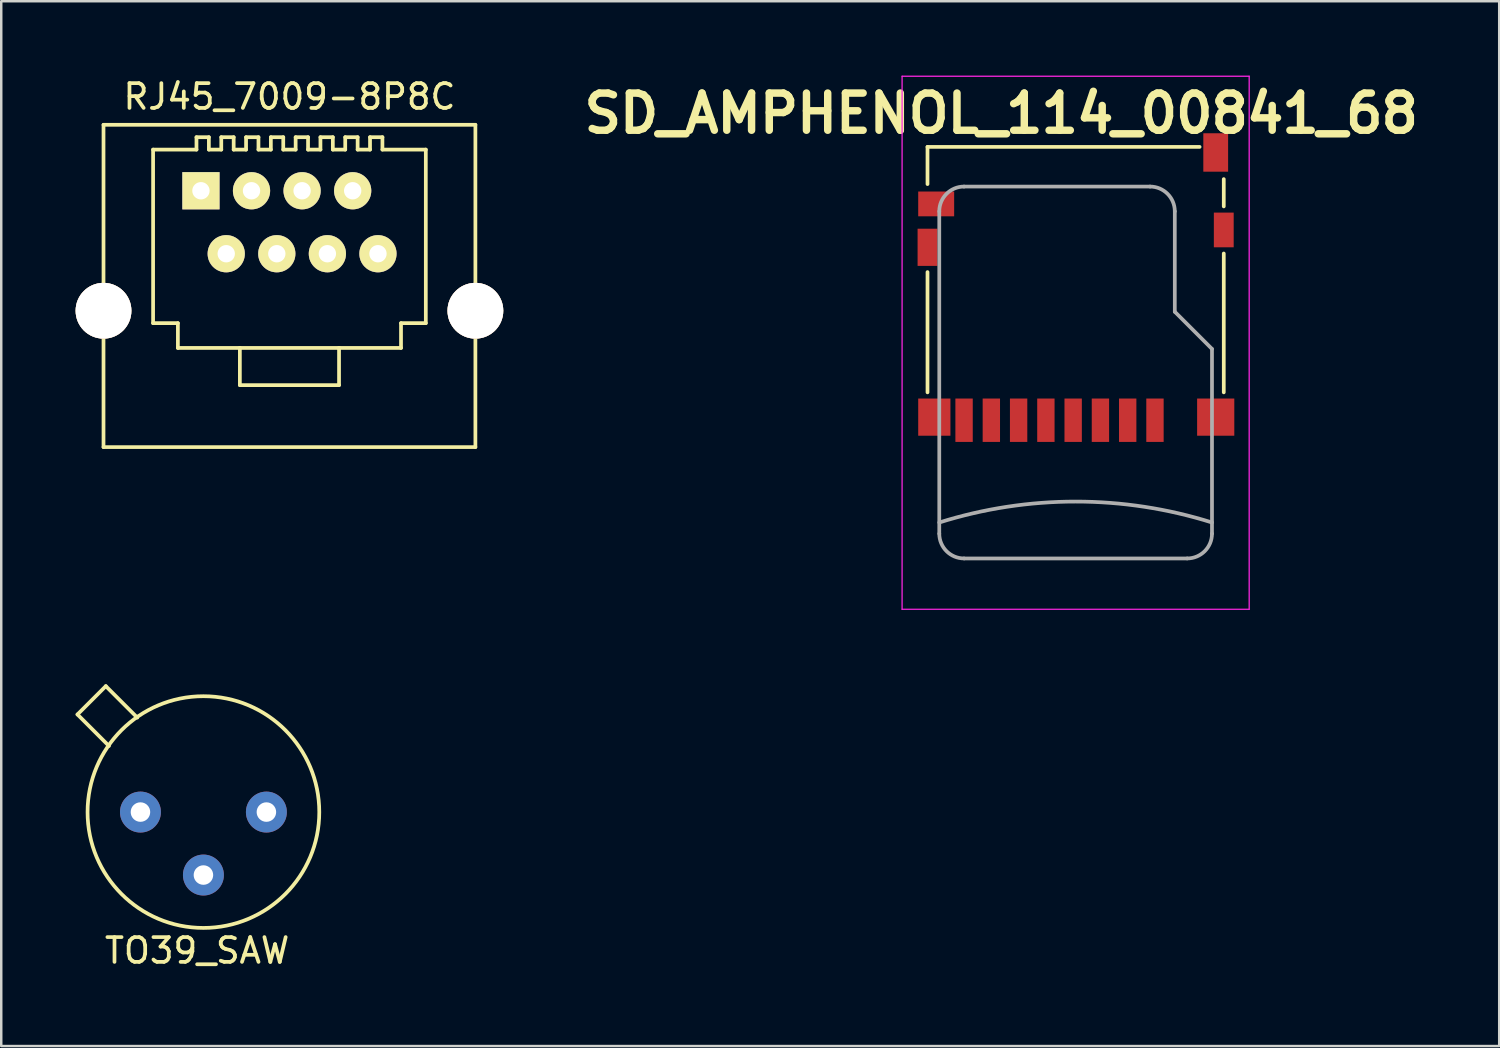
<source format=kicad_pcb>
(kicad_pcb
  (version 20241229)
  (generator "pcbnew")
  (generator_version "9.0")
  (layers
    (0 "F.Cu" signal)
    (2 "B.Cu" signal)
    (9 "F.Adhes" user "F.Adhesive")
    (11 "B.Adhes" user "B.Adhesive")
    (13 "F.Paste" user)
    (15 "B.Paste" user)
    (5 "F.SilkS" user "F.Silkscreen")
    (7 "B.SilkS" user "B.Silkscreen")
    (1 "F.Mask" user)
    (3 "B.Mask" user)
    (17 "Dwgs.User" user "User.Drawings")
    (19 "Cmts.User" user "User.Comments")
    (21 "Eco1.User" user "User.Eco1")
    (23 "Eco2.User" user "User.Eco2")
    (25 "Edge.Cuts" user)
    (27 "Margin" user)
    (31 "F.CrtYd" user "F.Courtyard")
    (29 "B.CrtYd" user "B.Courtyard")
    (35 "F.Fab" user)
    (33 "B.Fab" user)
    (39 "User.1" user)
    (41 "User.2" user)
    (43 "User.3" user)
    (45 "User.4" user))
  (footprint "TO39_SAW"
    (layer "F.Cu")
    (at 2.615 29.705)
    (property "Reference" "TO39_SAW" (at 2.286 5.588 0) (layer "F.SilkS") (effects (font (size 1 1) (thickness 0.15))))
    (attr through_hole)
    (fp_line (start -1.397 -5.08) (end -2.54 -3.937) (stroke (width 0.15) (type solid)) (layer "F.SilkS"))
    (fp_line (start -1.27 -2.667) (end -2.54 -3.937) (stroke (width 0.15) (type solid)) (layer "F.SilkS"))
    (fp_line (start -0.127 -3.81) (end -1.397 -5.08) (stroke (width 0.15) (type solid)) (layer "F.SilkS"))
    (fp_circle (center 2.54 0) (end 5.715 3.429) (stroke (width 0.15) (type solid)) (fill no) (layer "F.SilkS"))
    (pad "1" thru_hole circle (at 5.08 0) (size 1.651 1.651) (drill 0.787) (layers "*.Cu" "*.Mask"))
    (pad "2" thru_hole circle (at 2.54 2.54) (size 1.651 1.651) (drill 0.787) (layers "*.Cu" "*.Mask"))
    (pad "3" thru_hole circle (at 0 0) (size 1.651 1.651) (drill 0.787) (layers "*.Cu" "*.Mask")))
  (footprint "RJ45_7009-8P8C"
    (layer "F.Cu")
    (at 8.625 9.484)
    (property "Reference" "RJ45_7009-8P8C" (at 0 -8.636 0) (layer "F.SilkS") (effects (font (size 1 1) (thickness 0.15))))
    (attr through_hole)
    (fp_line (start -7.5 -7.5) (end -7.5 5.5) (stroke (width 0.15) (type solid)) (layer "F.SilkS"))
    (fp_line (start -7.5 5.5) (end 7.5 5.5) (stroke (width 0.15) (type solid)) (layer "F.SilkS"))
    (fp_line (start -5.5 -6.5) (end -5.5 0.5) (stroke (width 0.15) (type solid)) (layer "F.SilkS"))
    (fp_line (start -5.5 -6.5) (end -3.75 -6.5) (stroke (width 0.15) (type solid)) (layer "F.SilkS"))
    (fp_line (start -4.5 0.5) (end -5.5 0.5) (stroke (width 0.15) (type solid)) (layer "F.SilkS"))
    (fp_line (start -4.5 0.5) (end -4.5 1.5) (stroke (width 0.15) (type solid)) (layer "F.SilkS"))
    (fp_line (start -3.75 -7) (end -3.25 -7) (stroke (width 0.15) (type solid)) (layer "F.SilkS"))
    (fp_line (start -3.75 -6.5) (end -3.75 -7) (stroke (width 0.15) (type solid)) (layer "F.SilkS"))
    (fp_line (start -3.25 -7) (end -3.25 -6.5) (stroke (width 0.15) (type solid)) (layer "F.SilkS"))
    (fp_line (start -3.25 -6.5) (end -2.75 -6.5) (stroke (width 0.15) (type solid)) (layer "F.SilkS"))
    (fp_line (start -2.75 -7) (end -2.25 -7) (stroke (width 0.15) (type solid)) (layer "F.SilkS"))
    (fp_line (start -2.75 -6.5) (end -2.75 -7) (stroke (width 0.15) (type solid)) (layer "F.SilkS"))
    (fp_line (start -2.25 -7) (end -2.25 -6.5) (stroke (width 0.15) (type solid)) (layer "F.SilkS"))
    (fp_line (start -2.25 -6.5) (end -1.75 -6.5) (stroke (width 0.15) (type solid)) (layer "F.SilkS"))
    (fp_line (start -2 1.5) (end -4.5 1.5) (stroke (width 0.15) (type solid)) (layer "F.SilkS"))
    (fp_line (start -2 1.5) (end -2 3) (stroke (width 0.15) (type solid)) (layer "F.SilkS"))
    (fp_line (start -1.75 -7) (end -1.25 -7) (stroke (width 0.15) (type solid)) (layer "F.SilkS"))
    (fp_line (start -1.75 -6.5) (end -1.75 -7) (stroke (width 0.15) (type solid)) (layer "F.SilkS"))
    (fp_line (start -1.25 -7) (end -1.25 -6.5) (stroke (width 0.15) (type solid)) (layer "F.SilkS"))
    (fp_line (start -1.25 -6.5) (end -0.75 -6.5) (stroke (width 0.15) (type solid)) (layer "F.SilkS"))
    (fp_line (start -0.75 -7) (end -0.25 -7) (stroke (width 0.15) (type solid)) (layer "F.SilkS"))
    (fp_line (start -0.75 -6.5) (end -0.75 -7) (stroke (width 0.15) (type solid)) (layer "F.SilkS"))
    (fp_line (start -0.25 -7) (end -0.25 -6.5) (stroke (width 0.15) (type solid)) (layer "F.SilkS"))
    (fp_line (start -0.25 -6.5) (end 0.25 -6.5) (stroke (width 0.15) (type solid)) (layer "F.SilkS"))
    (fp_line (start 0.25 -7) (end 0.75 -7) (stroke (width 0.15) (type solid)) (layer "F.SilkS"))
    (fp_line (start 0.25 -6.5) (end 0.25 -7) (stroke (width 0.15) (type solid)) (layer "F.SilkS"))
    (fp_line (start 0.75 -7) (end 0.75 -6.5) (stroke (width 0.15) (type solid)) (layer "F.SilkS"))
    (fp_line (start 0.75 -6.5) (end 1.25 -6.5) (stroke (width 0.15) (type solid)) (layer "F.SilkS"))
    (fp_line (start 1.25 -7) (end 1.75 -7) (stroke (width 0.15) (type solid)) (layer "F.SilkS"))
    (fp_line (start 1.25 -6.5) (end 1.25 -7) (stroke (width 0.15) (type solid)) (layer "F.SilkS"))
    (fp_line (start 1.75 -7) (end 1.75 -6.5) (stroke (width 0.15) (type solid)) (layer "F.SilkS"))
    (fp_line (start 1.75 -6.5) (end 2.25 -6.5) (stroke (width 0.15) (type solid)) (layer "F.SilkS"))
    (fp_line (start 2 1.5) (end -2 1.5) (stroke (width 0.15) (type solid)) (layer "F.SilkS"))
    (fp_line (start 2 1.5) (end 2 3) (stroke (width 0.15) (type solid)) (layer "F.SilkS"))
    (fp_line (start 2 3) (end -2 3) (stroke (width 0.15) (type solid)) (layer "F.SilkS"))
    (fp_line (start 2.25 -7) (end 2.75 -7) (stroke (width 0.15) (type solid)) (layer "F.SilkS"))
    (fp_line (start 2.25 -6.5) (end 2.25 -7) (stroke (width 0.15) (type solid)) (layer "F.SilkS"))
    (fp_line (start 2.75 -7) (end 2.75 -6.5) (stroke (width 0.15) (type solid)) (layer "F.SilkS"))
    (fp_line (start 2.75 -6.5) (end 3.25 -6.5) (stroke (width 0.15) (type solid)) (layer "F.SilkS"))
    (fp_line (start 3.25 -7) (end 3.75 -7) (stroke (width 0.15) (type solid)) (layer "F.SilkS"))
    (fp_line (start 3.25 -6.5) (end 3.25 -7) (stroke (width 0.15) (type solid)) (layer "F.SilkS"))
    (fp_line (start 3.75 -7) (end 3.75 -6.5) (stroke (width 0.15) (type solid)) (layer "F.SilkS"))
    (fp_line (start 3.75 -6.5) (end 5.5 -6.5) (stroke (width 0.15) (type solid)) (layer "F.SilkS"))
    (fp_line (start 4.5 0.5) (end 4.5 1.5) (stroke (width 0.15) (type solid)) (layer "F.SilkS"))
    (fp_line (start 4.5 1.5) (end 2 1.5) (stroke (width 0.15) (type solid)) (layer "F.SilkS"))
    (fp_line (start 5.5 -6.5) (end 5.5 0.5) (stroke (width 0.15) (type solid)) (layer "F.SilkS"))
    (fp_line (start 5.5 0.5) (end 4.5 0.5) (stroke (width 0.15) (type solid)) (layer "F.SilkS"))
    (fp_line (start 7.5 -7.5) (end -7.5 -7.5) (stroke (width 0.15) (type solid)) (layer "F.SilkS"))
    (fp_line (start 7.5 -7.5) (end 7.5 5.5) (stroke (width 0.15) (type solid)) (layer "F.SilkS"))
    (pad "" np_thru_hole circle (at -7.5 0) (size 2.25 2.25) (drill 2.25) (layers "*.Cu" "*.SilkS" "*.Mask"))
    (pad "" np_thru_hole circle (at 7.5 0) (size 2.25 2.25) (drill 2.25) (layers "*.Cu" "*.SilkS" "*.Mask"))
    (pad "1" thru_hole rect (at -3.57 -4.84) (size 1.501 1.501) (drill 0.7) (layers "*.Cu" "*.Mask" "F.SilkS"))
    (pad "2" thru_hole circle (at -2.55 -2.3) (size 1.501 1.501) (drill 0.7) (layers "*.Cu" "*.Mask" "F.SilkS"))
    (pad "3" thru_hole circle (at -1.53 -4.84) (size 1.501 1.501) (drill 0.7) (layers "*.Cu" "*.Mask" "F.SilkS"))
    (pad "4" thru_hole circle (at -0.51 -2.3) (size 1.501 1.501) (drill 0.7) (layers "*.Cu" "*.Mask" "F.SilkS"))
    (pad "5" thru_hole circle (at 0.51 -4.84) (size 1.501 1.501) (drill 0.7) (layers "*.Cu" "*.Mask" "F.SilkS"))
    (pad "6" thru_hole circle (at 1.53 -2.3) (size 1.501 1.501) (drill 0.7) (layers "*.Cu" "*.Mask" "F.SilkS"))
    (pad "7" thru_hole circle (at 2.55 -4.84) (size 1.501 1.501) (drill 0.7) (layers "*.Cu" "*.Mask" "F.SilkS"))
    (pad "8" thru_hole circle (at 3.57 -2.3) (size 1.501 1.501) (drill 0.7) (layers "*.Cu" "*.Mask" "F.SilkS")))
  (footprint "SD_AMPHENOL_114_00841_68"
    (layer "F.Cu")
    (at 35.836 13.025)
    (property "Reference" "SD_AMPHENOL_114_00841_68" (at 1.5 -11.5 0) (layer "F.SilkS") (effects (font (size 1.5 1.5) (thickness 0.3))))
    (attr smd)
    (fp_line (start -1.475 -10.15) (end -1.475 -8.65) (stroke (width 0.15) (type solid)) (layer "F.SilkS"))
    (fp_line (start -1.475 -10.15) (end 9.5 -10.15) (stroke (width 0.15) (type solid)) (layer "F.SilkS"))
    (fp_line (start -1.475 -5.1) (end -1.475 -0.25) (stroke (width 0.15) (type solid)) (layer "F.SilkS"))
    (fp_line (start 10.475 -8.85) (end 10.475 -7.75) (stroke (width 0.15) (type solid)) (layer "F.SilkS"))
    (fp_line (start 10.475 -5.85) (end 10.475 -0.25) (stroke (width 0.15) (type solid)) (layer "F.SilkS"))
    (fp_line (start -2.5 -13) (end -2.5 8.5) (stroke (width 0.05) (type solid)) (layer "F.CrtYd"))
    (fp_line (start -2.5 -13) (end 11.5 -13) (stroke (width 0.05) (type solid)) (layer "F.CrtYd"))
    (fp_line (start -2.5 8.5) (end 11.5 8.5) (stroke (width 0.05) (type solid)) (layer "F.CrtYd"))
    (fp_line (start 11.5 -13) (end 11.5 8.5) (stroke (width 0.05) (type solid)) (layer "F.CrtYd"))
    (fp_line (start -1 5.45) (end -1 -7.55) (stroke (width 0.15) (type solid)) (layer "F.Fab"))
    (fp_line (start 0 -8.55) (end 7.5 -8.55) (stroke (width 0.15) (type solid)) (layer "F.Fab"))
    (fp_line (start 8.5 -3.5) (end 8.5 -7.55) (stroke (width 0.15) (type solid)) (layer "F.Fab"))
    (fp_line (start 9 6.45) (end 0 6.45) (stroke (width 0.15) (type solid)) (layer "F.Fab"))
    (fp_line (start 10 -2) (end 8.5 -3.5) (stroke (width 0.15) (type solid)) (layer "F.Fab"))
    (fp_line (start 10 -2) (end 10 5.45) (stroke (width 0.15) (type solid)) (layer "F.Fab"))
    (fp_arc (start -1 -7.55) (mid -0.707107 -8.257107) (end 0 -8.55) (stroke (width 0.15) (type solid)) (layer "F.Fab"))
    (fp_arc (start -1 5) (mid 4.5 4.156064) (end 10 5) (stroke (width 0.15) (type solid)) (layer "F.Fab"))
    (fp_arc (start 0 6.45) (mid -0.707107 6.157107) (end -1 5.45) (stroke (width 0.15) (type solid)) (layer "F.Fab"))
    (fp_arc (start 7.5 -8.55) (mid 8.207107 -8.257107) (end 8.5 -7.55) (stroke (width 0.15) (type solid)) (layer "F.Fab"))
    (fp_arc (start 10 5.45) (mid 9.707107 6.157107) (end 9 6.45) (stroke (width 0.15) (type solid)) (layer "F.Fab"))
    (pad "1" smd rect (at 7.7 0.875) (size 0.7 1.75) (layers "F.Cu" "F.Mask" "F.Paste"))
    (pad "2" smd rect (at 6.6 0.875) (size 0.7 1.75) (layers "F.Cu" "F.Mask" "F.Paste"))
    (pad "3" smd rect (at 5.5 0.875) (size 0.7 1.75) (layers "F.Cu" "F.Mask" "F.Paste"))
    (pad "4" smd rect (at 4.4 0.875) (size 0.7 1.75) (layers "F.Cu" "F.Mask" "F.Paste"))
    (pad "5" smd rect (at 3.3 0.875) (size 0.7 1.75) (layers "F.Cu" "F.Mask" "F.Paste"))
    (pad "6" smd rect (at 2.2 0.875) (size 0.7 1.75) (layers "F.Cu" "F.Mask" "F.Paste"))
    (pad "7" smd rect (at 1.1 0.875) (size 0.7 1.75) (layers "F.Cu" "F.Mask" "F.Paste"))
    (pad "8" smd rect (at 0 0.875) (size 0.7 1.75) (layers "F.Cu" "F.Mask" "F.Paste"))
    (pad "9" smd rect (at -1.125 -7.85) (size 1.45 1) (layers "F.Cu" "F.Mask" "F.Paste"))
    (pad "10" smd rect (at 10.15 -9.925) (size 1 1.55) (layers "F.Cu" "F.Mask" "F.Paste"))
    (pad "11" smd rect (at -1.475 -6.1) (size 0.8 1.5) (layers "F.Cu" "F.Mask" "F.Paste"))
    (pad "11" smd rect (at -1.2 0.75) (size 1.3 1.5) (layers "F.Cu" "F.Mask" "F.Paste"))
    (pad "11" smd rect (at 10.15 0.75) (size 1.5 1.5) (layers "F.Cu" "F.Mask" "F.Paste"))
    (pad "11" smd rect (at 10.475 -6.8) (size 0.8 1.4) (layers "F.Cu" "F.Mask" "F.Paste")))
  (gr_rect
    (start -3 -3)
    (end 57.421 39.141)
    (stroke (width 0.1) (type default))
    (fill no)
    (layer "Edge.Cuts")))
</source>
